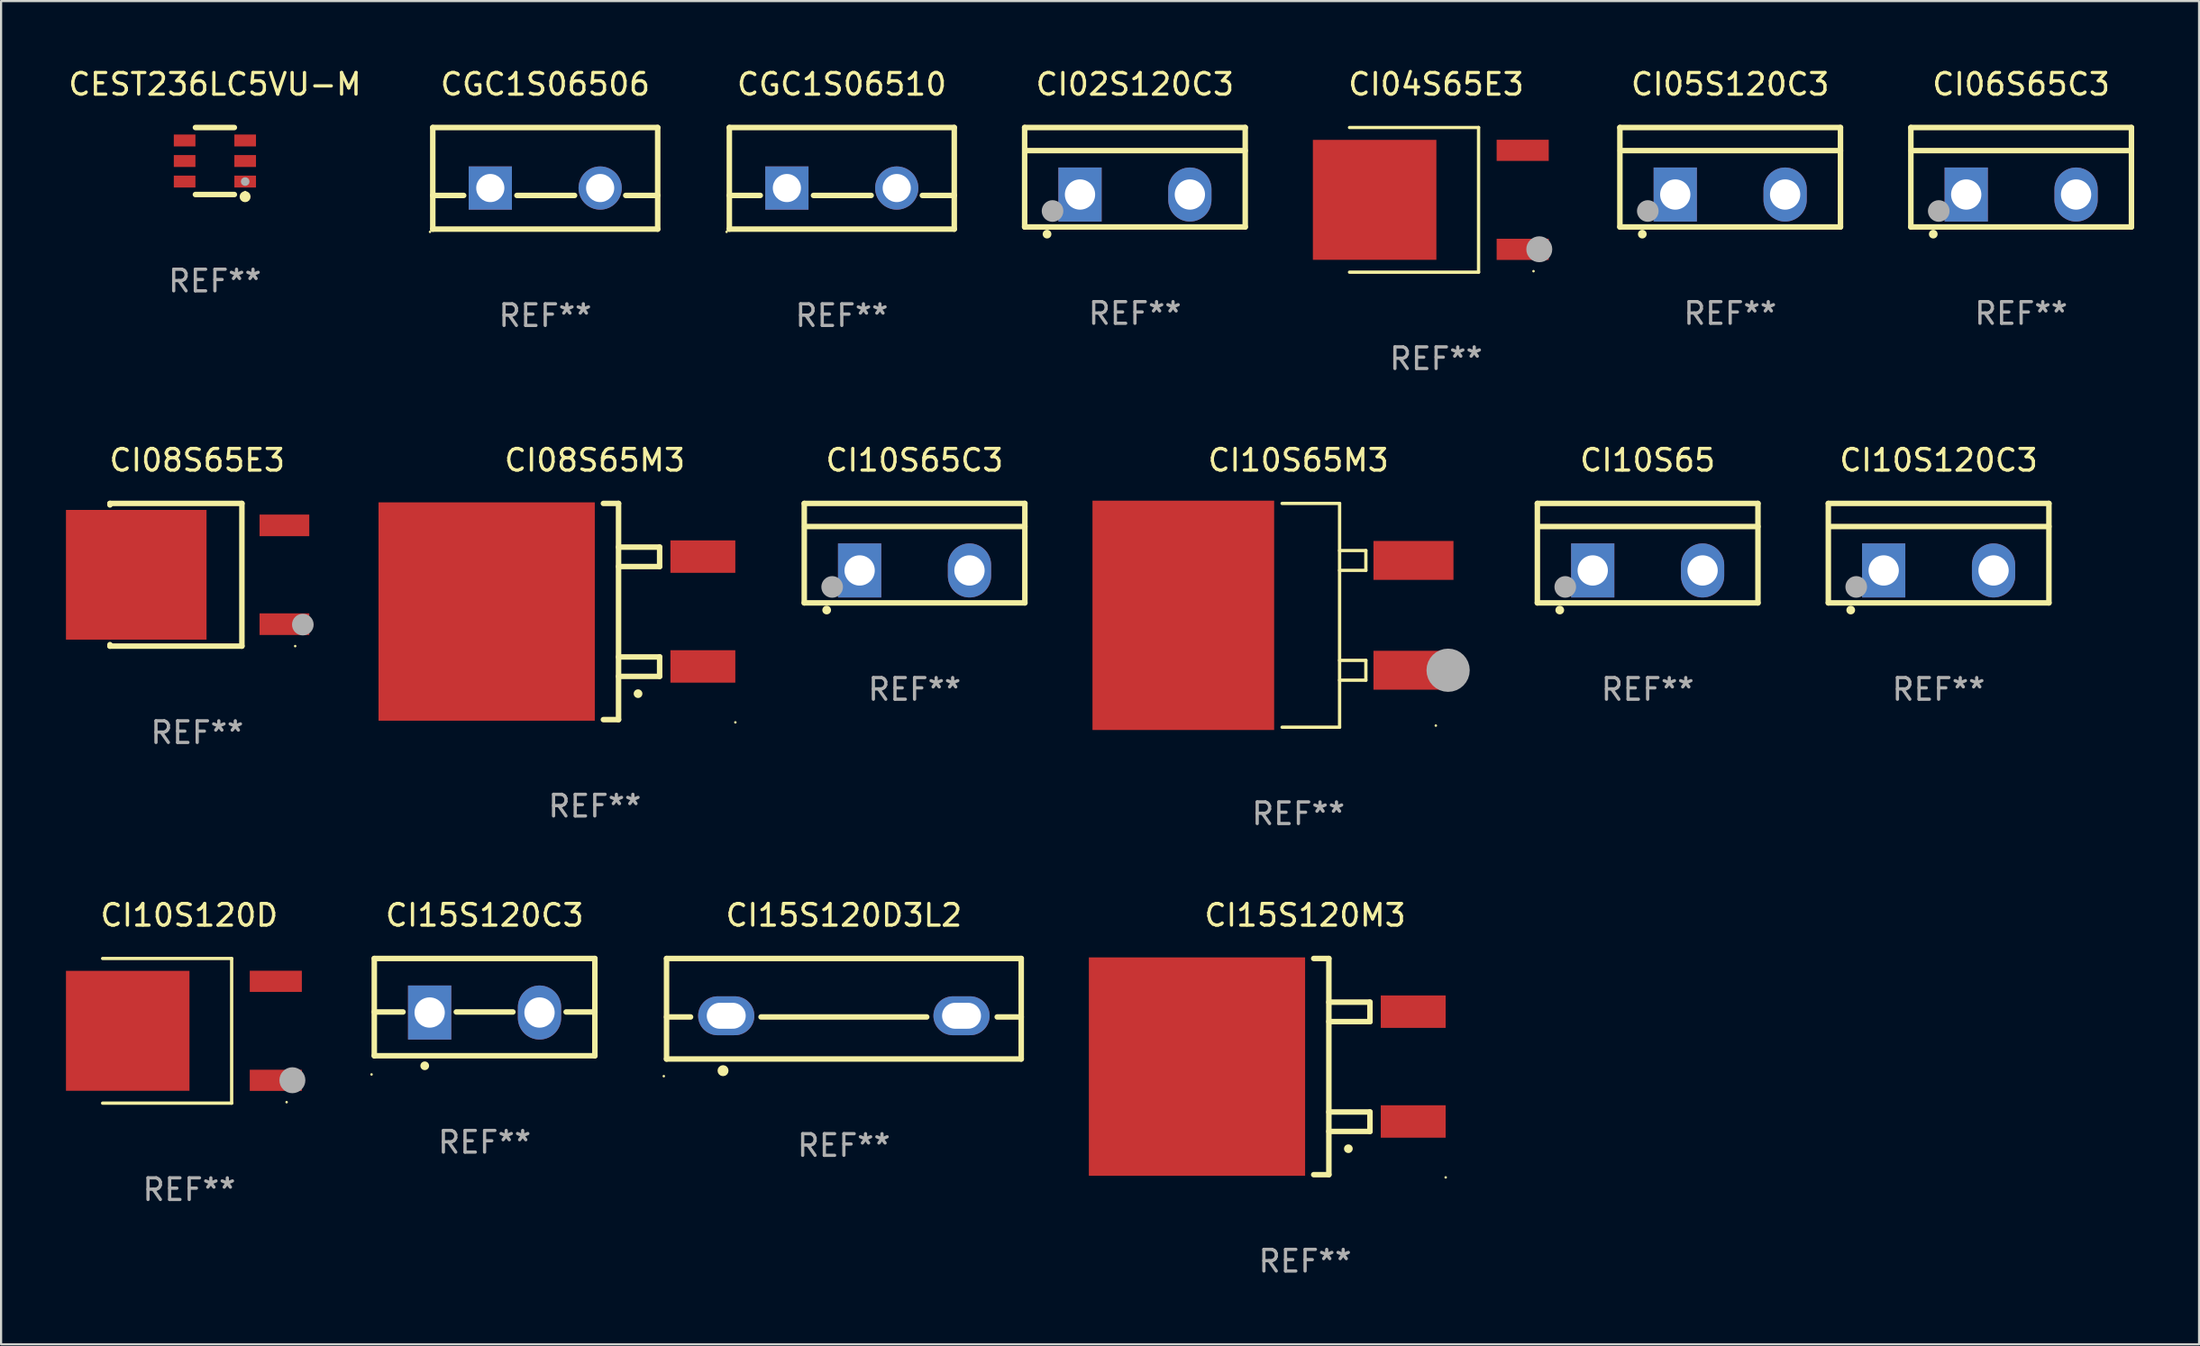
<source format=kicad_pcb>
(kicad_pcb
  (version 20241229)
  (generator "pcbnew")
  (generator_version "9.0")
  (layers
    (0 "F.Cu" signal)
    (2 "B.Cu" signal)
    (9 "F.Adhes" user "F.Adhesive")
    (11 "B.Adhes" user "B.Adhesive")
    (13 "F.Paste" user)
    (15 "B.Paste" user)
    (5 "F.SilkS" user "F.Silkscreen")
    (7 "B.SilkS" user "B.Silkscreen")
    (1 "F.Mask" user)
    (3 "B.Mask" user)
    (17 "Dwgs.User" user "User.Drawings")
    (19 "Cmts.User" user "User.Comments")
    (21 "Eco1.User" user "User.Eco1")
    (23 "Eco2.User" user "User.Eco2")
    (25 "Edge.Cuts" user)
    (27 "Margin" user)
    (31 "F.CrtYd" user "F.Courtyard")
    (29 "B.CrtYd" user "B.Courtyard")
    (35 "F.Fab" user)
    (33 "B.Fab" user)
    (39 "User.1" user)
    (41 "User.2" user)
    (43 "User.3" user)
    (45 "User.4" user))
  (footprint "CI10S120D"
    (layer "F.Cu")
    (at 5.699 44.632)
    (property "Reference" "CI10S120D" (at 0 -5.346 0) (layer "F.SilkS") (effects (font (size 1 1) (thickness 0.15))))
    (attr through_hole)
    (fp_line (start -4.004 -3.346) (end 1.963 -3.346) (stroke (width 0.152) (type solid)) (layer "F.SilkS"))
    (fp_line (start -4.004 3.346) (end 1.963 3.346) (stroke (width 0.152) (type solid)) (layer "F.SilkS"))
    (fp_line (start 1.963 3.346) (end 1.963 -3.346) (stroke (width 0.152) (type solid)) (layer "F.SilkS"))
    (fp_circle (center 4.504 3.3) (end 4.534 3.3) (stroke (width 0.06) (type solid)) (fill no) (layer "F.SilkS"))
    (fp_circle (center 4.771 2.286) (end 5.071 2.286) (stroke (width 0.6) (type solid)) (fill no) (layer "F.Fab"))
    (fp_text user "REF**" (at 0 7.346 0) (layer "F.Fab") (effects (font (size 1 1) (thickness 0.15))))
    (pad "1" smd rect (at 4.004 2.29) (size 2.409 0.979) (layers "F.Cu" "F.Mask" "F.Paste"))
    (pad "2" smd rect (at -2.843 0) (size 5.711 5.548) (layers "F.Cu" "F.Mask" "F.Paste"))
    (pad "3" smd rect (at 4.004 -2.29) (size 2.409 0.979) (layers "F.Cu" "F.Mask" "F.Paste")))
  (footprint "CEST236LC5VU-M"
    (layer "F.Cu")
    (at 6.887 4.398)
    (property "Reference" "CEST236LC5VU-M" (at 0 -3.55 0) (layer "F.SilkS") (effects (font (size 1 1) (thickness 0.15))))
    (attr through_hole)
    (fp_line (start -0.9 -1.55) (end 0.9 -1.55) (stroke (width 0.254) (type solid)) (layer "F.SilkS"))
    (fp_line (start -0.9 1.55) (end 0.9 1.55) (stroke (width 0.254) (type solid)) (layer "F.SilkS"))
    (fp_circle (center 1.397 1.651) (end 1.524 1.651) (stroke (width 0.254) (type solid)) (fill no) (layer "F.SilkS"))
    (fp_circle (center 1.4 1.435) (end 1.43 1.435) (stroke (width 0.06) (type solid)) (fill no) (layer "F.SilkS"))
    (fp_circle (center 1.4 0.95) (end 1.5 0.95) (stroke (width 0.2) (type solid)) (fill no) (layer "F.Fab"))
    (fp_text user "REF**" (at 0 5.55 0) (layer "F.Fab") (effects (font (size 1 1) (thickness 0.15))))
    (pad "1" smd rect (at 1.4 0.95) (size 1 0.55) (layers "F.Cu" "F.Mask" "F.Paste"))
    (pad "2" smd rect (at 1.4 -0.000102) (size 1 0.55) (layers "F.Cu" "F.Mask" "F.Paste"))
    (pad "3" smd rect (at 1.4 -0.95) (size 1 0.55) (layers "F.Cu" "F.Mask" "F.Paste"))
    (pad "4" smd rect (at -1.4 -0.95) (size 1 0.55) (layers "F.Cu" "F.Mask" "F.Paste"))
    (pad "5" smd rect (at -1.4 -0.000102) (size 1 0.55) (layers "F.Cu" "F.Mask" "F.Paste"))
    (pad "6" smd rect (at -1.4 0.95) (size 1 0.55) (layers "F.Cu" "F.Mask" "F.Paste")))
  (footprint "CGC1S06506"
    (layer "F.Cu")
    (at 22.161 5.198)
    (property "Reference" "CGC1S06506" (at 0 -4.35 0) (layer "F.SilkS") (effects (font (size 1 1) (thickness 0.15))))
    (attr through_hole)
    (fp_line (start -5.2 -2.35) (end -5.2 2.35) (stroke (width 0.254) (type solid)) (layer "F.SilkS"))
    (fp_line (start -5.2 -2.35) (end 5.2 -2.35) (stroke (width 0.254) (type solid)) (layer "F.SilkS"))
    (fp_line (start -5.2 0.792) (end -3.771 0.792) (stroke (width 0.254) (type solid)) (layer "F.SilkS"))
    (fp_line (start -5.2 2.35) (end 5.2 2.35) (stroke (width 0.254) (type solid)) (layer "F.SilkS"))
    (fp_line (start -1.309 0.792) (end 1.357 0.792) (stroke (width 0.254) (type solid)) (layer "F.SilkS"))
    (fp_line (start 3.723 0.792) (end 5.2 0.792) (stroke (width 0.254) (type solid)) (layer "F.SilkS"))
    (fp_line (start 5.2 -2.35) (end 5.2 2.35) (stroke (width 0.254) (type solid)) (layer "F.SilkS"))
    (fp_circle (center -5.327 2.477) (end -5.297 2.477) (stroke (width 0.06) (type solid)) (fill no) (layer "F.SilkS"))
    (fp_text user "REF**" (at 0 6.35 0) (layer "F.Fab") (effects (font (size 1 1) (thickness 0.15))))
    (pad "1" thru_hole rect (at -2.54 0.45) (size 2 2) (drill 1.3) (layers "*.Cu" "*.Mask"))
    (pad "2" thru_hole circle (at 2.54 0.45) (size 2 2) (drill 1.3) (layers "*.Cu" "*.Mask")))
  (footprint "CI10S65"
    (layer "F.Cu")
    (at 73.137 22.537)
    (property "Reference" "CI10S65" (at 0 -4.3 0) (layer "F.SilkS") (effects (font (size 1 1) (thickness 0.15))))
    (attr through_hole)
    (fp_line (start -5.1 -2.3) (end -5.1 2.3) (stroke (width 0.254) (type solid)) (layer "F.SilkS"))
    (fp_line (start -5.1 2.3) (end 5.1 2.3) (stroke (width 0.254) (type solid)) (layer "F.SilkS"))
    (fp_line (start -5.08 -1.232) (end 5.1 -1.232) (stroke (width 0.254) (type solid)) (layer "F.SilkS"))
    (fp_line (start 5.1 -2.3) (end -5.1 -2.3) (stroke (width 0.254) (type solid)) (layer "F.SilkS"))
    (fp_line (start 5.1 -2.3) (end 5.1 2.3) (stroke (width 0.254) (type solid)) (layer "F.SilkS"))
    (fp_arc (start -4.065278 2.632004) (mid -4.064008 2.632) (end -4.062738 2.632004) (stroke (width 0.4) (type solid)) (layer "F.SilkS"))
    (fp_circle (center -5.1 2.32) (end -5.07 2.32) (stroke (width 0.06) (type solid)) (fill no) (layer "F.SilkS"))
    (fp_circle (center -3.81 1.562) (end -3.56 1.562) (stroke (width 0.5) (type solid)) (fill no) (layer "F.Fab"))
    (fp_text user "REF**" (at 0 6.3 0) (layer "F.Fab") (effects (font (size 1 1) (thickness 0.15))))
    (pad "1" thru_hole rect (at -2.54 0.8) (size 2 2.5) (drill 1.4) (layers "*.Cu" "*.Mask"))
    (pad "2" thru_hole oval (at 2.54 0.8) (size 2 2.5) (drill 1.4) (layers "*.Cu" "*.Mask")))
  (footprint "CI06S65C3"
    (layer "F.Cu")
    (at 90.407 5.148)
    (property "Reference" "CI06S65C3" (at 0 -4.3 0) (layer "F.SilkS") (effects (font (size 1 1) (thickness 0.15))))
    (attr through_hole)
    (fp_line (start -5.1 -2.3) (end -5.1 2.3) (stroke (width 0.254) (type solid)) (layer "F.SilkS"))
    (fp_line (start -5.1 2.3) (end 5.1 2.3) (stroke (width 0.254) (type solid)) (layer "F.SilkS"))
    (fp_line (start -5.08 -1.232) (end 5.1 -1.232) (stroke (width 0.254) (type solid)) (layer "F.SilkS"))
    (fp_line (start 5.1 -2.3) (end -5.1 -2.3) (stroke (width 0.254) (type solid)) (layer "F.SilkS"))
    (fp_line (start 5.1 -2.3) (end 5.1 2.3) (stroke (width 0.254) (type solid)) (layer "F.SilkS"))
    (fp_arc (start -4.065278 2.632004) (mid -4.064008 2.632) (end -4.062738 2.632004) (stroke (width 0.4) (type solid)) (layer "F.SilkS"))
    (fp_circle (center -5.1 2.32) (end -5.07 2.32) (stroke (width 0.06) (type solid)) (fill no) (layer "F.SilkS"))
    (fp_circle (center -3.81 1.562) (end -3.56 1.562) (stroke (width 0.5) (type solid)) (fill no) (layer "F.Fab"))
    (fp_text user "REF**" (at 0 6.3 0) (layer "F.Fab") (effects (font (size 1 1) (thickness 0.15))))
    (pad "1" thru_hole rect (at -2.54 0.8) (size 2 2.5) (drill 1.4) (layers "*.Cu" "*.Mask"))
    (pad "2" thru_hole oval (at 2.54 0.8) (size 2 2.5) (drill 1.4) (layers "*.Cu" "*.Mask")))
  (footprint "CI02S120C3"
    (layer "F.Cu")
    (at 49.429 5.148)
    (property "Reference" "CI02S120C3" (at 0 -4.3 0) (layer "F.SilkS") (effects (font (size 1 1) (thickness 0.15))))
    (attr through_hole)
    (fp_line (start -5.1 -2.3) (end -5.1 2.3) (stroke (width 0.254) (type solid)) (layer "F.SilkS"))
    (fp_line (start -5.1 2.3) (end 5.1 2.3) (stroke (width 0.254) (type solid)) (layer "F.SilkS"))
    (fp_line (start -5.08 -1.232) (end 5.1 -1.232) (stroke (width 0.254) (type solid)) (layer "F.SilkS"))
    (fp_line (start 5.1 -2.3) (end -5.1 -2.3) (stroke (width 0.254) (type solid)) (layer "F.SilkS"))
    (fp_line (start 5.1 -2.3) (end 5.1 2.3) (stroke (width 0.254) (type solid)) (layer "F.SilkS"))
    (fp_arc (start -4.065278 2.632004) (mid -4.064008 2.632) (end -4.062738 2.632004) (stroke (width 0.4) (type solid)) (layer "F.SilkS"))
    (fp_circle (center -5.1 2.32) (end -5.07 2.32) (stroke (width 0.06) (type solid)) (fill no) (layer "F.SilkS"))
    (fp_circle (center -3.81 1.562) (end -3.56 1.562) (stroke (width 0.5) (type solid)) (fill no) (layer "F.Fab"))
    (fp_text user "REF**" (at 0 6.3 0) (layer "F.Fab") (effects (font (size 1 1) (thickness 0.15))))
    (pad "1" thru_hole rect (at -2.54 0.8) (size 2 2.5) (drill 1.4) (layers "*.Cu" "*.Mask"))
    (pad "2" thru_hole oval (at 2.54 0.8) (size 2 2.5) (drill 1.4) (layers "*.Cu" "*.Mask")))
  (footprint "CI15S120C3"
    (layer "F.Cu")
    (at 19.357 43.536)
    (property "Reference" "CI15S120C3" (at 0 -4.25 0) (layer "F.SilkS") (effects (font (size 1 1) (thickness 0.15))))
    (attr through_hole)
    (fp_line (start -5.1 -2.25) (end -5.1 2.25) (stroke (width 0.254) (type solid)) (layer "F.SilkS"))
    (fp_line (start -5.1 0.224) (end -3.772 0.224) (stroke (width 0.254) (type solid)) (layer "F.SilkS"))
    (fp_line (start -5.1 2.25) (end 5.1 2.25) (stroke (width 0.254) (type solid)) (layer "F.SilkS"))
    (fp_line (start -1.308 0.224) (end 1.309 0.224) (stroke (width 0.254) (type solid)) (layer "F.SilkS"))
    (fp_line (start 3.771 0.224) (end 5.1 0.224) (stroke (width 0.254) (type solid)) (layer "F.SilkS"))
    (fp_line (start 5.1 -2.25) (end -5.1 -2.25) (stroke (width 0.254) (type solid)) (layer "F.SilkS"))
    (fp_line (start 5.1 -2.25) (end 5.1 2.25) (stroke (width 0.254) (type solid)) (layer "F.SilkS"))
    (fp_arc (start -2.768606 2.713805) (mid -2.767336 2.713801) (end -2.766066 2.713805) (stroke (width 0.4) (type solid)) (layer "F.SilkS"))
    (fp_circle (center -5.227 3.114) (end -5.197 3.114) (stroke (width 0.06) (type solid)) (fill no) (layer "F.SilkS"))
    (fp_text user "REF**" (at 0 6.25 0) (layer "F.Fab") (effects (font (size 1 1) (thickness 0.15))))
    (pad "1" thru_hole rect (at -2.54 0.25) (size 2 2.5) (drill 1.4) (layers "*.Cu" "*.Mask"))
    (pad "3" thru_hole oval (at 2.54 0.25) (size 2 2.5) (drill 1.4) (layers "*.Cu" "*.Mask")))
  (footprint "CI08S65E3"
    (layer "F.Cu")
    (at 6.068 23.537)
    (property "Reference" "CI08S65E3" (at 0 -5.3 0) (layer "F.SilkS") (effects (font (size 1 1) (thickness 0.15))))
    (attr through_hole)
    (fp_line (start -4.033 -3.3) (end 2.067 -3.3) (stroke (width 0.254) (type solid)) (layer "F.SilkS"))
    (fp_line (start -4.033 -3.231) (end -4.033 -3.3) (stroke (width 0.254) (type solid)) (layer "F.SilkS"))
    (fp_line (start -4.033 3.3) (end -4.033 3.231) (stroke (width 0.254) (type solid)) (layer "F.SilkS"))
    (fp_line (start 2.067 -3.3) (end 2.067 3.3) (stroke (width 0.254) (type solid)) (layer "F.SilkS"))
    (fp_line (start 2.067 3.3) (end -4.033 3.3) (stroke (width 0.254) (type solid)) (layer "F.SilkS"))
    (fp_circle (center 4.532 3.3) (end 4.562 3.3) (stroke (width 0.06) (type solid)) (fill no) (layer "F.SilkS"))
    (fp_circle (center 4.885 2.305) (end 5.135 2.305) (stroke (width 0.5) (type solid)) (fill no) (layer "F.Fab"))
    (fp_text user "REF**" (at 0 7.3 0) (layer "F.Fab") (effects (font (size 1 1) (thickness 0.15))))
    (pad "1" smd rect (at 4.033 2.285) (size 2.3 1) (layers "F.Cu" "F.Mask" "F.Paste"))
    (pad "3" smd rect (at 4.033 -2.285) (size 2.3 1) (layers "F.Cu" "F.Mask" "F.Paste"))
    (pad "4" smd rect (at -2.818 0) (size 6.5 6) (layers "F.Cu" "F.Mask" "F.Paste")))
  (footprint "CI15S120D3L2"
    (layer "F.Cu")
    (at 35.971 43.611)
    (property "Reference" "CI15S120D3L2" (at 0 -4.325 0) (layer "F.SilkS") (effects (font (size 1 1) (thickness 0.15))))
    (attr through_hole)
    (fp_line (start -8.2 -2.325) (end -8.2 2.325) (stroke (width 0.254) (type solid)) (layer "F.SilkS"))
    (fp_line (start -8.2 -2.325) (end 8.2 -2.325) (stroke (width 0.254) (type solid)) (layer "F.SilkS"))
    (fp_line (start -8.2 0.38) (end -7.09 0.38) (stroke (width 0.254) (type solid)) (layer "F.SilkS"))
    (fp_line (start -8.2 2.325) (end 8.2 2.325) (stroke (width 0.254) (type solid)) (layer "F.SilkS"))
    (fp_line (start -3.83 0.38) (end 3.83 0.38) (stroke (width 0.254) (type solid)) (layer "F.SilkS"))
    (fp_line (start 7.09 0.38) (end 8.2 0.38) (stroke (width 0.254) (type solid)) (layer "F.SilkS"))
    (fp_line (start 8.2 -2.325) (end 8.2 2.325) (stroke (width 0.254) (type solid)) (layer "F.SilkS"))
    (fp_circle (center -8.327 3.119) (end -8.297 3.119) (stroke (width 0.06) (type solid)) (fill no) (layer "F.SilkS"))
    (fp_circle (center -5.588 2.865) (end -5.461 2.865) (stroke (width 0.254) (type solid)) (fill no) (layer "F.SilkS"))
    (fp_text user "REF**" (at 0 6.325 0) (layer "F.Fab") (effects (font (size 1 1) (thickness 0.15))))
    (pad "1" thru_hole oval (at -5.44 0.325) (size 2.6 1.8) (drill oval 1.8 1.2) (layers "*.Cu" "*.Mask"))
    (pad "2" thru_hole oval (at 5.44 0.325) (size 2.6 1.8) (drill oval 1.8 1.2) (layers "*.Cu" "*.Mask")))
  (footprint "CI05S120C3"
    (layer "F.Cu")
    (at 76.953 5.148)
    (property "Reference" "CI05S120C3" (at 0 -4.3 0) (layer "F.SilkS") (effects (font (size 1 1) (thickness 0.15))))
    (attr through_hole)
    (fp_line (start -5.1 -2.3) (end -5.1 2.3) (stroke (width 0.254) (type solid)) (layer "F.SilkS"))
    (fp_line (start -5.1 2.3) (end 5.1 2.3) (stroke (width 0.254) (type solid)) (layer "F.SilkS"))
    (fp_line (start -5.08 -1.232) (end 5.1 -1.232) (stroke (width 0.254) (type solid)) (layer "F.SilkS"))
    (fp_line (start 5.1 -2.3) (end -5.1 -2.3) (stroke (width 0.254) (type solid)) (layer "F.SilkS"))
    (fp_line (start 5.1 -2.3) (end 5.1 2.3) (stroke (width 0.254) (type solid)) (layer "F.SilkS"))
    (fp_arc (start -4.065278 2.632004) (mid -4.064008 2.632) (end -4.062738 2.632004) (stroke (width 0.4) (type solid)) (layer "F.SilkS"))
    (fp_circle (center -5.1 2.32) (end -5.07 2.32) (stroke (width 0.06) (type solid)) (fill no) (layer "F.SilkS"))
    (fp_circle (center -3.81 1.562) (end -3.56 1.562) (stroke (width 0.5) (type solid)) (fill no) (layer "F.Fab"))
    (fp_text user "REF**" (at 0 6.3 0) (layer "F.Fab") (effects (font (size 1 1) (thickness 0.15))))
    (pad "1" thru_hole rect (at -2.54 0.8) (size 2 2.5) (drill 1.4) (layers "*.Cu" "*.Mask"))
    (pad "2" thru_hole oval (at 2.54 0.8) (size 2 2.5) (drill 1.4) (layers "*.Cu" "*.Mask")))
  (footprint "CI10S65M3"
    (layer "F.Cu")
    (at 56.987 25.413)
    (property "Reference" "CI10S65M3" (at 0 -7.176 0) (layer "F.SilkS") (effects (font (size 1 1) (thickness 0.15))))
    (attr through_hole)
    (fp_line (start -0.754 -5.176) (end 1.905 -5.176) (stroke (width 0.152) (type solid)) (layer "F.SilkS"))
    (fp_line (start -0.754 5.176) (end 1.905 5.176) (stroke (width 0.152) (type solid)) (layer "F.SilkS"))
    (fp_line (start 1.905 -2.997) (end 3.12 -2.997) (stroke (width 0.152) (type solid)) (layer "F.SilkS"))
    (fp_line (start 1.905 2.083) (end 3.12 2.083) (stroke (width 0.152) (type solid)) (layer "F.SilkS"))
    (fp_line (start 1.905 5.176) (end 1.905 -5.176) (stroke (width 0.152) (type solid)) (layer "F.SilkS"))
    (fp_line (start 3.12 -2.997) (end 3.12 -2.08) (stroke (width 0.152) (type solid)) (layer "F.SilkS"))
    (fp_line (start 3.12 -2.08) (end 1.905 -2.08) (stroke (width 0.152) (type solid)) (layer "F.SilkS"))
    (fp_line (start 3.12 2.083) (end 3.12 3) (stroke (width 0.152) (type solid)) (layer "F.SilkS"))
    (fp_line (start 3.12 3) (end 1.905 3) (stroke (width 0.152) (type solid)) (layer "F.SilkS"))
    (fp_circle (center 6.355 5.1) (end 6.385 5.1) (stroke (width 0.06) (type solid)) (fill no) (layer "F.SilkS"))
    (fp_circle (center 6.923 2.54) (end 7.423 2.54) (stroke (width 1) (type solid)) (fill no) (layer "F.Fab"))
    (fp_text user "REF**" (at 0 9.176 0) (layer "F.Fab") (effects (font (size 1 1) (thickness 0.15))))
    (pad "1" smd rect (at 5.321 2.54) (size 3.7 1.8) (layers "F.Cu" "F.Mask" "F.Paste"))
    (pad "2" smd rect (at -5.321 0) (size 8.4 10.608) (layers "F.Cu" "F.Mask" "F.Paste"))
    (pad "3" smd rect (at 5.321 -2.54) (size 3.7 1.8) (layers "F.Cu" "F.Mask" "F.Paste")))
  (footprint "CGC1S06510"
    (layer "F.Cu")
    (at 35.875 5.198)
    (property "Reference" "CGC1S06510" (at 0 -4.35 0) (layer "F.SilkS") (effects (font (size 1 1) (thickness 0.15))))
    (attr through_hole)
    (fp_line (start -5.2 -2.35) (end -5.2 2.35) (stroke (width 0.254) (type solid)) (layer "F.SilkS"))
    (fp_line (start -5.2 -2.35) (end 5.2 -2.35) (stroke (width 0.254) (type solid)) (layer "F.SilkS"))
    (fp_line (start -5.2 0.792) (end -3.771 0.792) (stroke (width 0.254) (type solid)) (layer "F.SilkS"))
    (fp_line (start -5.2 2.35) (end 5.2 2.35) (stroke (width 0.254) (type solid)) (layer "F.SilkS"))
    (fp_line (start -1.309 0.792) (end 1.357 0.792) (stroke (width 0.254) (type solid)) (layer "F.SilkS"))
    (fp_line (start 3.723 0.792) (end 5.2 0.792) (stroke (width 0.254) (type solid)) (layer "F.SilkS"))
    (fp_line (start 5.2 -2.35) (end 5.2 2.35) (stroke (width 0.254) (type solid)) (layer "F.SilkS"))
    (fp_circle (center -5.327 2.477) (end -5.297 2.477) (stroke (width 0.06) (type solid)) (fill no) (layer "F.SilkS"))
    (fp_text user "REF**" (at 0 6.35 0) (layer "F.Fab") (effects (font (size 1 1) (thickness 0.15))))
    (pad "1" thru_hole rect (at -2.54 0.45) (size 2 2) (drill 1.3) (layers "*.Cu" "*.Mask"))
    (pad "2" thru_hole circle (at 2.54 0.45) (size 2 2) (drill 1.3) (layers "*.Cu" "*.Mask")))
  (footprint "CI10S65C3"
    (layer "F.Cu")
    (at 39.239 22.537)
    (property "Reference" "CI10S65C3" (at 0 -4.3 0) (layer "F.SilkS") (effects (font (size 1 1) (thickness 0.15))))
    (attr through_hole)
    (fp_line (start -5.1 -2.3) (end -5.1 2.3) (stroke (width 0.254) (type solid)) (layer "F.SilkS"))
    (fp_line (start -5.1 2.3) (end 5.1 2.3) (stroke (width 0.254) (type solid)) (layer "F.SilkS"))
    (fp_line (start -5.08 -1.232) (end 5.1 -1.232) (stroke (width 0.254) (type solid)) (layer "F.SilkS"))
    (fp_line (start 5.1 -2.3) (end -5.1 -2.3) (stroke (width 0.254) (type solid)) (layer "F.SilkS"))
    (fp_line (start 5.1 -2.3) (end 5.1 2.3) (stroke (width 0.254) (type solid)) (layer "F.SilkS"))
    (fp_arc (start -4.065278 2.632004) (mid -4.064008 2.632) (end -4.062738 2.632004) (stroke (width 0.4) (type solid)) (layer "F.SilkS"))
    (fp_circle (center -5.1 2.32) (end -5.07 2.32) (stroke (width 0.06) (type solid)) (fill no) (layer "F.SilkS"))
    (fp_circle (center -3.81 1.562) (end -3.56 1.562) (stroke (width 0.5) (type solid)) (fill no) (layer "F.Fab"))
    (fp_text user "REF**" (at 0 6.3 0) (layer "F.Fab") (effects (font (size 1 1) (thickness 0.15))))
    (pad "1" thru_hole rect (at -2.54 0.8) (size 2 2.5) (drill 1.4) (layers "*.Cu" "*.Mask"))
    (pad "2" thru_hole oval (at 2.54 0.8) (size 2 2.5) (drill 1.4) (layers "*.Cu" "*.Mask")))
  (footprint "CI04S65E3"
    (layer "F.Cu")
    (at 63.355 6.194)
    (property "Reference" "CI04S65E3" (at 0 -5.346 0) (layer "F.SilkS") (effects (font (size 1 1) (thickness 0.15))))
    (attr through_hole)
    (fp_line (start -4.004 -3.346) (end 1.963 -3.346) (stroke (width 0.152) (type solid)) (layer "F.SilkS"))
    (fp_line (start -4.004 3.346) (end 1.963 3.346) (stroke (width 0.152) (type solid)) (layer "F.SilkS"))
    (fp_line (start 1.963 3.346) (end 1.963 -3.346) (stroke (width 0.152) (type solid)) (layer "F.SilkS"))
    (fp_circle (center 4.504 3.3) (end 4.534 3.3) (stroke (width 0.06) (type solid)) (fill no) (layer "F.SilkS"))
    (fp_circle (center 4.771 2.286) (end 5.071 2.286) (stroke (width 0.6) (type solid)) (fill no) (layer "F.Fab"))
    (fp_text user "REF**" (at 0 7.346 0) (layer "F.Fab") (effects (font (size 1 1) (thickness 0.15))))
    (pad "1" smd rect (at 4.004 2.29) (size 2.409 0.979) (layers "F.Cu" "F.Mask" "F.Paste"))
    (pad "2" smd rect (at -2.843 0) (size 5.711 5.548) (layers "F.Cu" "F.Mask" "F.Paste"))
    (pad "3" smd rect (at 4.004 -2.29) (size 2.409 0.979) (layers "F.Cu" "F.Mask" "F.Paste")))
  (footprint "CI08S65M3"
    (layer "F.Cu")
    (at 24.452 25.237)
    (property "Reference" "CI08S65M3" (at 0 -7 0) (layer "F.SilkS") (effects (font (size 1 1) (thickness 0.15))))
    (attr through_hole)
    (fp_line (start 0.399 -5) (end 1.099 -5) (stroke (width 0.254) (type solid)) (layer "F.SilkS"))
    (fp_line (start 1.099 -5) (end 1.099 5) (stroke (width 0.254) (type solid)) (layer "F.SilkS"))
    (fp_line (start 1.099 -2.08) (end 2.999 -2.08) (stroke (width 0.254) (type solid)) (layer "F.SilkS"))
    (fp_line (start 1.099 3) (end 2.999 3) (stroke (width 0.254) (type solid)) (layer "F.SilkS"))
    (fp_line (start 1.099 5) (end 0.399 5) (stroke (width 0.254) (type solid)) (layer "F.SilkS"))
    (fp_line (start 2.999 -2.98) (end 1.099 -2.98) (stroke (width 0.254) (type solid)) (layer "F.SilkS"))
    (fp_line (start 2.999 -2.08) (end 2.999 -2.98) (stroke (width 0.254) (type solid)) (layer "F.SilkS"))
    (fp_line (start 2.999 2.1) (end 1.099 2.1) (stroke (width 0.254) (type solid)) (layer "F.SilkS"))
    (fp_line (start 2.999 3) (end 2.999 2.1) (stroke (width 0.254) (type solid)) (layer "F.SilkS"))
    (fp_arc (start 1.999619 3.799848) (mid 2.000889 3.799844) (end 2.002159 3.799848) (stroke (width 0.4) (type solid)) (layer "F.SilkS"))
    (fp_circle (center 6.501 5.127) (end 6.531 5.127) (stroke (width 0.06) (type solid)) (fill no) (layer "F.SilkS"))
    (fp_text user "REF**" (at 0 9 0) (layer "F.Fab") (effects (font (size 1 1) (thickness 0.15))))
    (pad "1" smd rect (at 4.999 2.54 270) (size 1.5 3) (layers "F.Cu" "F.Mask" "F.Paste"))
    (pad "2" smd rect (at 4.999 -2.54 270) (size 1.5 3) (layers "F.Cu" "F.Mask" "F.Paste"))
    (pad "3" smd rect (at -4.999 0 270) (size 10.1 10) (layers "F.Cu" "F.Mask" "F.Paste")))
  (footprint "CI15S120M3"
    (layer "F.Cu")
    (at 57.297 46.286)
    (property "Reference" "CI15S120M3" (at 0 -7 0) (layer "F.SilkS") (effects (font (size 1 1) (thickness 0.15))))
    (attr through_hole)
    (fp_line (start 0.399 -5) (end 1.099 -5) (stroke (width 0.254) (type solid)) (layer "F.SilkS"))
    (fp_line (start 1.099 -5) (end 1.099 5) (stroke (width 0.254) (type solid)) (layer "F.SilkS"))
    (fp_line (start 1.099 -2.08) (end 2.999 -2.08) (stroke (width 0.254) (type solid)) (layer "F.SilkS"))
    (fp_line (start 1.099 3) (end 2.999 3) (stroke (width 0.254) (type solid)) (layer "F.SilkS"))
    (fp_line (start 1.099 5) (end 0.399 5) (stroke (width 0.254) (type solid)) (layer "F.SilkS"))
    (fp_line (start 2.999 -2.98) (end 1.099 -2.98) (stroke (width 0.254) (type solid)) (layer "F.SilkS"))
    (fp_line (start 2.999 -2.08) (end 2.999 -2.98) (stroke (width 0.254) (type solid)) (layer "F.SilkS"))
    (fp_line (start 2.999 2.1) (end 1.099 2.1) (stroke (width 0.254) (type solid)) (layer "F.SilkS"))
    (fp_line (start 2.999 3) (end 2.999 2.1) (stroke (width 0.254) (type solid)) (layer "F.SilkS"))
    (fp_arc (start 1.999619 3.799848) (mid 2.000889 3.799844) (end 2.002159 3.799848) (stroke (width 0.4) (type solid)) (layer "F.SilkS"))
    (fp_circle (center 6.501 5.127) (end 6.531 5.127) (stroke (width 0.06) (type solid)) (fill no) (layer "F.SilkS"))
    (fp_text user "REF**" (at 0 9 0) (layer "F.Fab") (effects (font (size 1 1) (thickness 0.15))))
    (pad "1" smd rect (at 4.999 2.54 270) (size 1.5 3) (layers "F.Cu" "F.Mask" "F.Paste"))
    (pad "2" smd rect (at 4.999 -2.54 270) (size 1.5 3) (layers "F.Cu" "F.Mask" "F.Paste"))
    (pad "3" smd rect (at -4.999 0 270) (size 10.1 10) (layers "F.Cu" "F.Mask" "F.Paste")))
  (footprint "CI10S120C3"
    (layer "F.Cu")
    (at 86.591 22.537)
    (property "Reference" "CI10S120C3" (at 0 -4.3 0) (layer "F.SilkS") (effects (font (size 1 1) (thickness 0.15))))
    (attr through_hole)
    (fp_line (start -5.1 -2.3) (end -5.1 2.3) (stroke (width 0.254) (type solid)) (layer "F.SilkS"))
    (fp_line (start -5.1 2.3) (end 5.1 2.3) (stroke (width 0.254) (type solid)) (layer "F.SilkS"))
    (fp_line (start -5.08 -1.232) (end 5.1 -1.232) (stroke (width 0.254) (type solid)) (layer "F.SilkS"))
    (fp_line (start 5.1 -2.3) (end -5.1 -2.3) (stroke (width 0.254) (type solid)) (layer "F.SilkS"))
    (fp_line (start 5.1 -2.3) (end 5.1 2.3) (stroke (width 0.254) (type solid)) (layer "F.SilkS"))
    (fp_arc (start -4.065278 2.632004) (mid -4.064008 2.632) (end -4.062738 2.632004) (stroke (width 0.4) (type solid)) (layer "F.SilkS"))
    (fp_circle (center -5.1 2.32) (end -5.07 2.32) (stroke (width 0.06) (type solid)) (fill no) (layer "F.SilkS"))
    (fp_circle (center -3.81 1.562) (end -3.56 1.562) (stroke (width 0.5) (type solid)) (fill no) (layer "F.Fab"))
    (fp_text user "REF**" (at 0 6.3 0) (layer "F.Fab") (effects (font (size 1 1) (thickness 0.15))))
    (pad "1" thru_hole rect (at -2.54 0.8) (size 2 2.5) (drill 1.4) (layers "*.Cu" "*.Mask"))
    (pad "2" thru_hole oval (at 2.54 0.8) (size 2 2.5) (drill 1.4) (layers "*.Cu" "*.Mask")))
  (gr_rect
    (start -3 -3)
    (end 98.634 59.134)
    (stroke (width 0.1) (type default))
    (fill no)
    (layer "Edge.Cuts")))
</source>
